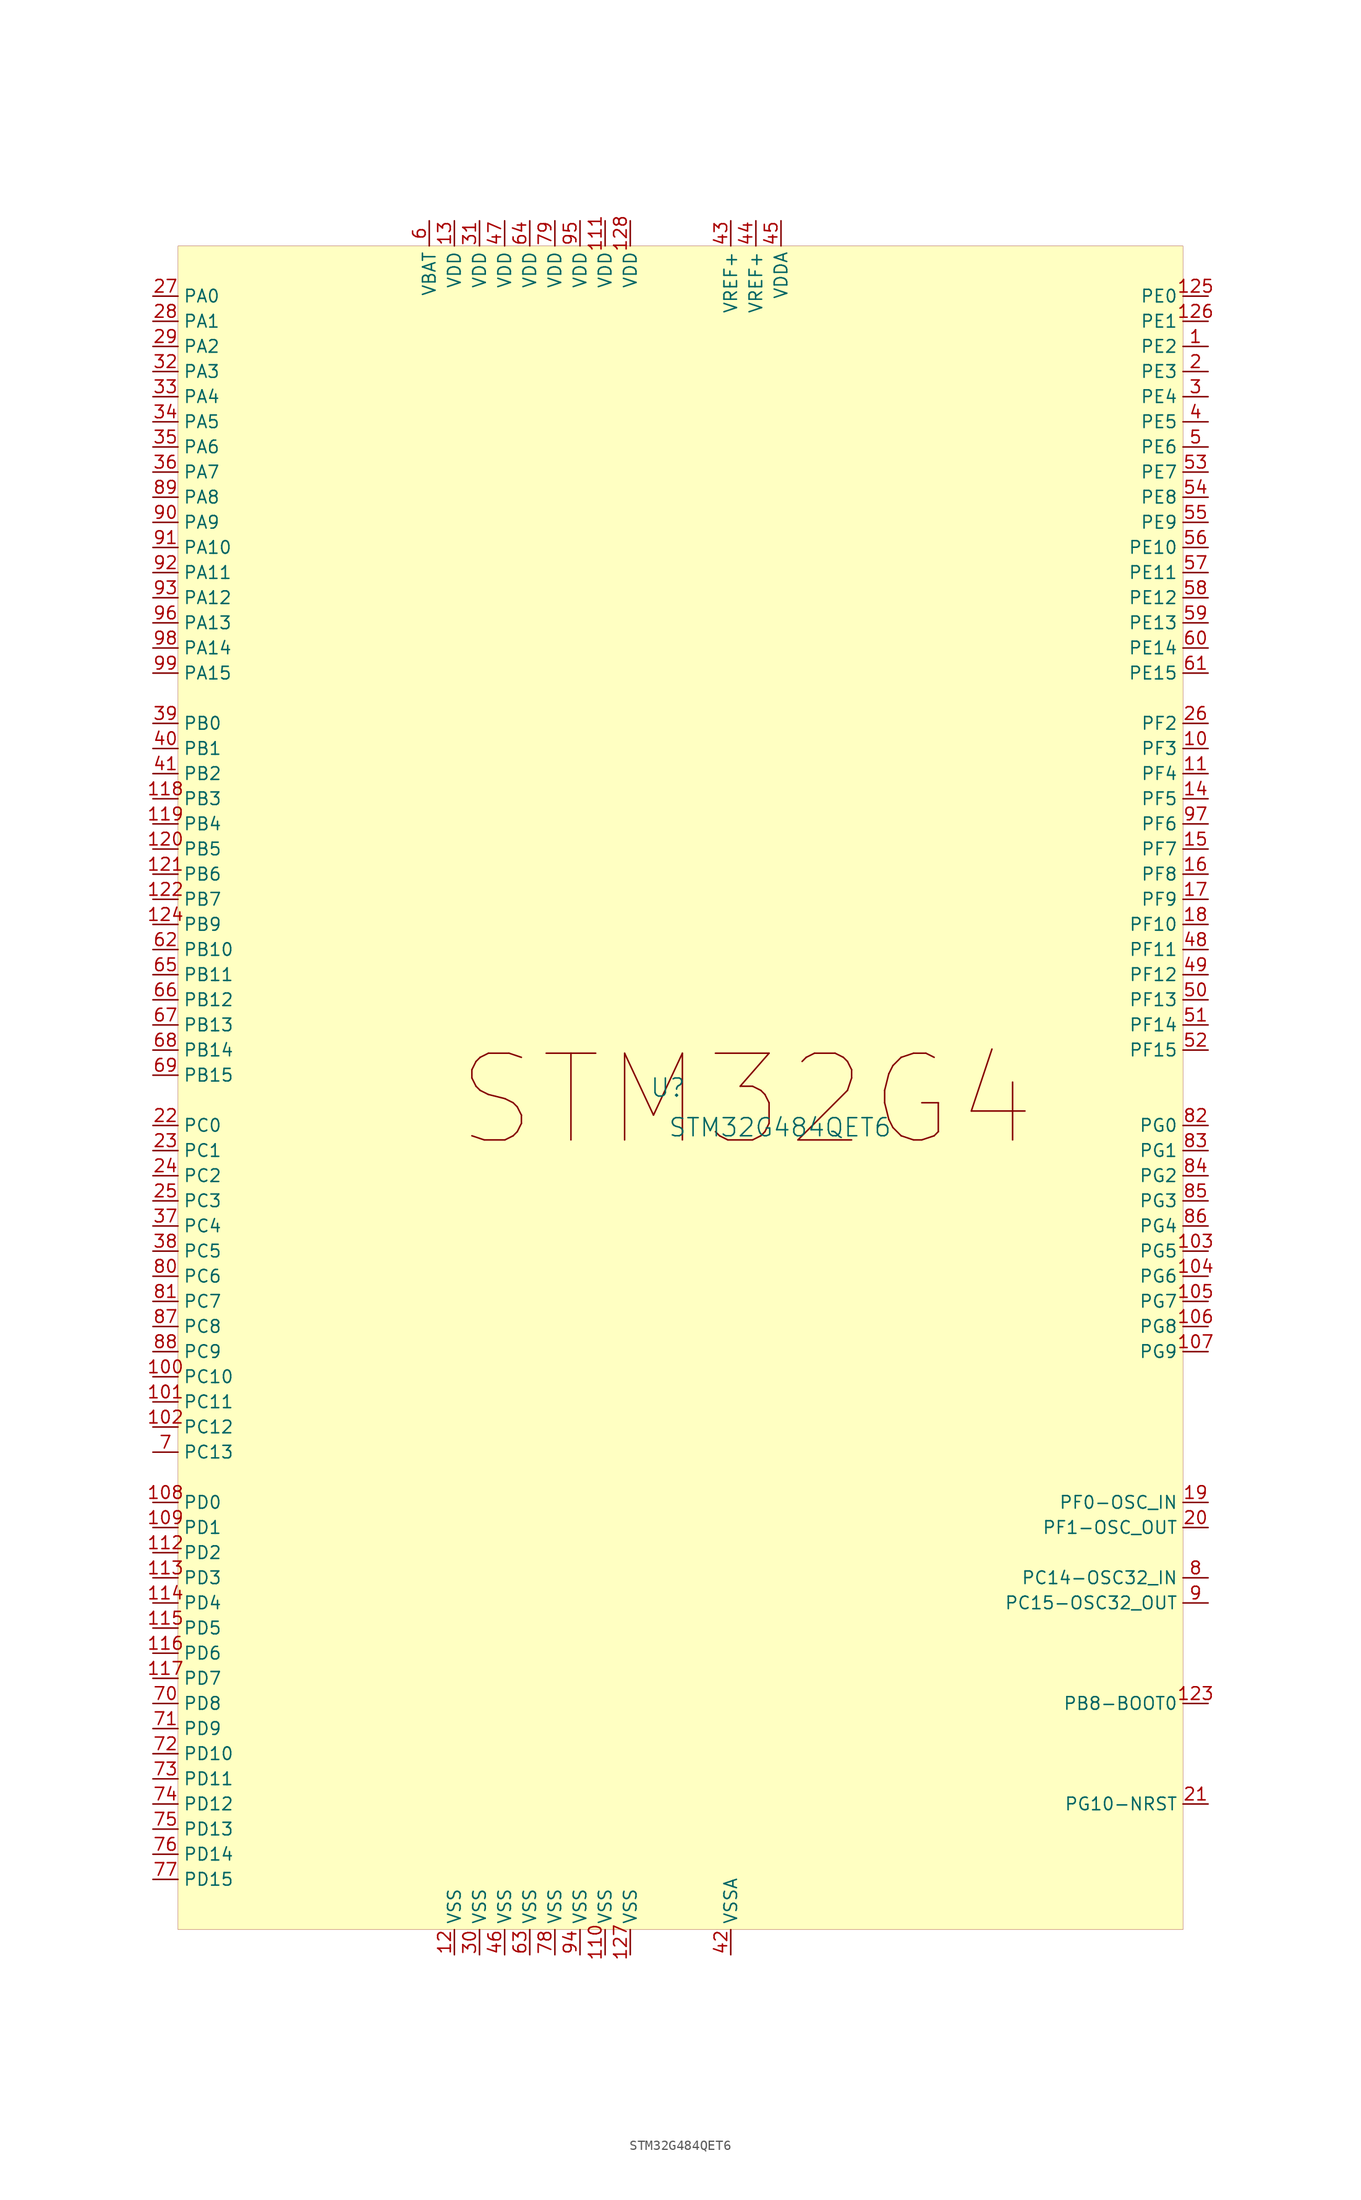
<source format=kicad_sym>
(kicad_symbol_lib
  (version 20231120)
  (generator "kicad_symbol_editor")
  (generator_version "8.0")
  (symbol "STM32G484QET6"
    (property "Reference" "U"
      (at -1.27 1.27 0)
      (effects (font (size 1.829 1.829))))
    (property "Value" "STM32G484QET6"
      (at -1.27 -3.81 0)
      (effects (font (size 1.829 1.829)) (justify left bottom)))
    (symbol "STM32G484QET6_1_0"
      (rectangle (start 50.8 86.36) (end -50.8 -83.82) (stroke (width 0.025) (type solid) (color 128 0 0 1)) (fill (type background)))
      (text "STM32G4" (at -22.86 -5.08 0) (effects (font (size 8.763 8.763)) (justify left bottom)))
      (pin passive line (at 53.34 76.2 180) (length 2.54) (name "PE2" (effects (font (size 1.27 1.27)))) (number "1" (effects (font (size 1.27 1.27)))))
      (pin passive line (at 53.34 35.56 180) (length 2.54) (name "PF3" (effects (font (size 1.27 1.27)))) (number "10" (effects (font (size 1.27 1.27)))))
      (pin passive line (at -53.34 -27.94 0) (length 2.54) (name "PC10" (effects (font (size 1.27 1.27)))) (number "100" (effects (font (size 1.27 1.27)))))
      (pin passive line (at -53.34 -30.48 0) (length 2.54) (name "PC11" (effects (font (size 1.27 1.27)))) (number "101" (effects (font (size 1.27 1.27)))))
      (pin passive line (at -53.34 -33.02 0) (length 2.54) (name "PC12" (effects (font (size 1.27 1.27)))) (number "102" (effects (font (size 1.27 1.27)))))
      (pin passive line (at 53.34 -15.24 180) (length 2.54) (name "PG5" (effects (font (size 1.27 1.27)))) (number "103" (effects (font (size 1.27 1.27)))))
      (pin passive line (at 53.34 -17.78 180) (length 2.54) (name "PG6" (effects (font (size 1.27 1.27)))) (number "104" (effects (font (size 1.27 1.27)))))
      (pin passive line (at 53.34 -20.32 180) (length 2.54) (name "PG7" (effects (font (size 1.27 1.27)))) (number "105" (effects (font (size 1.27 1.27)))))
      (pin passive line (at 53.34 -22.86 180) (length 2.54) (name "PG8" (effects (font (size 1.27 1.27)))) (number "106" (effects (font (size 1.27 1.27)))))
      (pin passive line (at 53.34 -25.4 180) (length 2.54) (name "PG9" (effects (font (size 1.27 1.27)))) (number "107" (effects (font (size 1.27 1.27)))))
      (pin passive line (at -53.34 -40.64 0) (length 2.54) (name "PD0" (effects (font (size 1.27 1.27)))) (number "108" (effects (font (size 1.27 1.27)))))
      (pin passive line (at -53.34 -43.18 0) (length 2.54) (name "PD1" (effects (font (size 1.27 1.27)))) (number "109" (effects (font (size 1.27 1.27)))))
      (pin passive line (at 53.34 33.02 180) (length 2.54) (name "PF4" (effects (font (size 1.27 1.27)))) (number "11" (effects (font (size 1.27 1.27)))))
      (pin passive line (at -7.62 -86.36 90) (length 2.54) (name "VSS" (effects (font (size 1.27 1.27)))) (number "110" (effects (font (size 1.27 1.27)))))
      (pin passive line (at -7.62 88.9 270) (length 2.54) (name "VDD" (effects (font (size 1.27 1.27)))) (number "111" (effects (font (size 1.27 1.27)))))
      (pin passive line (at -53.34 -45.72 0) (length 2.54) (name "PD2" (effects (font (size 1.27 1.27)))) (number "112" (effects (font (size 1.27 1.27)))))
      (pin passive line (at -53.34 -48.26 0) (length 2.54) (name "PD3" (effects (font (size 1.27 1.27)))) (number "113" (effects (font (size 1.27 1.27)))))
      (pin passive line (at -53.34 -50.8 0) (length 2.54) (name "PD4" (effects (font (size 1.27 1.27)))) (number "114" (effects (font (size 1.27 1.27)))))
      (pin passive line (at -53.34 -53.34 0) (length 2.54) (name "PD5" (effects (font (size 1.27 1.27)))) (number "115" (effects (font (size 1.27 1.27)))))
      (pin passive line (at -53.34 -55.88 0) (length 2.54) (name "PD6" (effects (font (size 1.27 1.27)))) (number "116" (effects (font (size 1.27 1.27)))))
      (pin passive line (at -53.34 -58.42 0) (length 2.54) (name "PD7" (effects (font (size 1.27 1.27)))) (number "117" (effects (font (size 1.27 1.27)))))
      (pin passive line (at -53.34 30.48 0) (length 2.54) (name "PB3" (effects (font (size 1.27 1.27)))) (number "118" (effects (font (size 1.27 1.27)))))
      (pin passive line (at -53.34 27.94 0) (length 2.54) (name "PB4" (effects (font (size 1.27 1.27)))) (number "119" (effects (font (size 1.27 1.27)))))
      (pin passive line (at -22.86 -86.36 90) (length 2.54) (name "VSS" (effects (font (size 1.27 1.27)))) (number "12" (effects (font (size 1.27 1.27)))))
      (pin passive line (at -53.34 25.4 0) (length 2.54) (name "PB5" (effects (font (size 1.27 1.27)))) (number "120" (effects (font (size 1.27 1.27)))))
      (pin passive line (at -53.34 22.86 0) (length 2.54) (name "PB6" (effects (font (size 1.27 1.27)))) (number "121" (effects (font (size 1.27 1.27)))))
      (pin passive line (at -53.34 20.32 0) (length 2.54) (name "PB7" (effects (font (size 1.27 1.27)))) (number "122" (effects (font (size 1.27 1.27)))))
      (pin passive line (at 53.34 -60.96 180) (length 2.54) (name "PB8-BOOT0" (effects (font (size 1.27 1.27)))) (number "123" (effects (font (size 1.27 1.27)))))
      (pin passive line (at -53.34 17.78 0) (length 2.54) (name "PB9" (effects (font (size 1.27 1.27)))) (number "124" (effects (font (size 1.27 1.27)))))
      (pin passive line (at 53.34 81.28 180) (length 2.54) (name "PE0" (effects (font (size 1.27 1.27)))) (number "125" (effects (font (size 1.27 1.27)))))
      (pin passive line (at 53.34 78.74 180) (length 2.54) (name "PE1" (effects (font (size 1.27 1.27)))) (number "126" (effects (font (size 1.27 1.27)))))
      (pin passive line (at -5.08 -86.36 90) (length 2.54) (name "VSS" (effects (font (size 1.27 1.27)))) (number "127" (effects (font (size 1.27 1.27)))))
      (pin passive line (at -5.08 88.9 270) (length 2.54) (name "VDD" (effects (font (size 1.27 1.27)))) (number "128" (effects (font (size 1.27 1.27)))))
      (pin passive line (at -22.86 88.9 270) (length 2.54) (name "VDD" (effects (font (size 1.27 1.27)))) (number "13" (effects (font (size 1.27 1.27)))))
      (pin passive line (at 53.34 30.48 180) (length 2.54) (name "PF5" (effects (font (size 1.27 1.27)))) (number "14" (effects (font (size 1.27 1.27)))))
      (pin passive line (at 53.34 25.4 180) (length 2.54) (name "PF7" (effects (font (size 1.27 1.27)))) (number "15" (effects (font (size 1.27 1.27)))))
      (pin passive line (at 53.34 22.86 180) (length 2.54) (name "PF8" (effects (font (size 1.27 1.27)))) (number "16" (effects (font (size 1.27 1.27)))))
      (pin passive line (at 53.34 20.32 180) (length 2.54) (name "PF9" (effects (font (size 1.27 1.27)))) (number "17" (effects (font (size 1.27 1.27)))))
      (pin passive line (at 53.34 17.78 180) (length 2.54) (name "PF10" (effects (font (size 1.27 1.27)))) (number "18" (effects (font (size 1.27 1.27)))))
      (pin passive line (at 53.34 -40.64 180) (length 2.54) (name "PF0-OSC_IN" (effects (font (size 1.27 1.27)))) (number "19" (effects (font (size 1.27 1.27)))))
      (pin passive line (at 53.34 73.66 180) (length 2.54) (name "PE3" (effects (font (size 1.27 1.27)))) (number "2" (effects (font (size 1.27 1.27)))))
      (pin passive line (at 53.34 -43.18 180) (length 2.54) (name "PF1-OSC_OUT" (effects (font (size 1.27 1.27)))) (number "20" (effects (font (size 1.27 1.27)))))
      (pin passive line (at 53.34 -71.12 180) (length 2.54) (name "PG10-NRST" (effects (font (size 1.27 1.27)))) (number "21" (effects (font (size 1.27 1.27)))))
      (pin passive line (at -53.34 -2.54 0) (length 2.54) (name "PC0" (effects (font (size 1.27 1.27)))) (number "22" (effects (font (size 1.27 1.27)))))
      (pin passive line (at -53.34 -5.08 0) (length 2.54) (name "PC1" (effects (font (size 1.27 1.27)))) (number "23" (effects (font (size 1.27 1.27)))))
      (pin passive line (at -53.34 -7.62 0) (length 2.54) (name "PC2" (effects (font (size 1.27 1.27)))) (number "24" (effects (font (size 1.27 1.27)))))
      (pin passive line (at -53.34 -10.16 0) (length 2.54) (name "PC3" (effects (font (size 1.27 1.27)))) (number "25" (effects (font (size 1.27 1.27)))))
      (pin passive line (at 53.34 38.1 180) (length 2.54) (name "PF2" (effects (font (size 1.27 1.27)))) (number "26" (effects (font (size 1.27 1.27)))))
      (pin passive line (at -53.34 81.28 0) (length 2.54) (name "PA0" (effects (font (size 1.27 1.27)))) (number "27" (effects (font (size 1.27 1.27)))))
      (pin passive line (at -53.34 78.74 0) (length 2.54) (name "PA1" (effects (font (size 1.27 1.27)))) (number "28" (effects (font (size 1.27 1.27)))))
      (pin passive line (at -53.34 76.2 0) (length 2.54) (name "PA2" (effects (font (size 1.27 1.27)))) (number "29" (effects (font (size 1.27 1.27)))))
      (pin passive line (at 53.34 71.12 180) (length 2.54) (name "PE4" (effects (font (size 1.27 1.27)))) (number "3" (effects (font (size 1.27 1.27)))))
      (pin passive line (at -20.32 -86.36 90) (length 2.54) (name "VSS" (effects (font (size 1.27 1.27)))) (number "30" (effects (font (size 1.27 1.27)))))
      (pin passive line (at -20.32 88.9 270) (length 2.54) (name "VDD" (effects (font (size 1.27 1.27)))) (number "31" (effects (font (size 1.27 1.27)))))
      (pin passive line (at -53.34 73.66 0) (length 2.54) (name "PA3" (effects (font (size 1.27 1.27)))) (number "32" (effects (font (size 1.27 1.27)))))
      (pin passive line (at -53.34 71.12 0) (length 2.54) (name "PA4" (effects (font (size 1.27 1.27)))) (number "33" (effects (font (size 1.27 1.27)))))
      (pin passive line (at -53.34 68.58 0) (length 2.54) (name "PA5" (effects (font (size 1.27 1.27)))) (number "34" (effects (font (size 1.27 1.27)))))
      (pin passive line (at -53.34 66.04 0) (length 2.54) (name "PA6" (effects (font (size 1.27 1.27)))) (number "35" (effects (font (size 1.27 1.27)))))
      (pin passive line (at -53.34 63.5 0) (length 2.54) (name "PA7" (effects (font (size 1.27 1.27)))) (number "36" (effects (font (size 1.27 1.27)))))
      (pin passive line (at -53.34 -12.7 0) (length 2.54) (name "PC4" (effects (font (size 1.27 1.27)))) (number "37" (effects (font (size 1.27 1.27)))))
      (pin passive line (at -53.34 -15.24 0) (length 2.54) (name "PC5" (effects (font (size 1.27 1.27)))) (number "38" (effects (font (size 1.27 1.27)))))
      (pin passive line (at -53.34 38.1 0) (length 2.54) (name "PB0" (effects (font (size 1.27 1.27)))) (number "39" (effects (font (size 1.27 1.27)))))
      (pin passive line (at 53.34 68.58 180) (length 2.54) (name "PE5" (effects (font (size 1.27 1.27)))) (number "4" (effects (font (size 1.27 1.27)))))
      (pin passive line (at -53.34 35.56 0) (length 2.54) (name "PB1" (effects (font (size 1.27 1.27)))) (number "40" (effects (font (size 1.27 1.27)))))
      (pin passive line (at -53.34 33.02 0) (length 2.54) (name "PB2" (effects (font (size 1.27 1.27)))) (number "41" (effects (font (size 1.27 1.27)))))
      (pin passive line (at 5.08 -86.36 90) (length 2.54) (name "VSSA" (effects (font (size 1.27 1.27)))) (number "42" (effects (font (size 1.27 1.27)))))
      (pin passive line (at 5.08 88.9 270) (length 2.54) (name "VREF+" (effects (font (size 1.27 1.27)))) (number "43" (effects (font (size 1.27 1.27)))))
      (pin passive line (at 7.62 88.9 270) (length 2.54) (name "VREF+" (effects (font (size 1.27 1.27)))) (number "44" (effects (font (size 1.27 1.27)))))
      (pin passive line (at 10.16 88.9 270) (length 2.54) (name "VDDA" (effects (font (size 1.27 1.27)))) (number "45" (effects (font (size 1.27 1.27)))))
      (pin passive line (at -17.78 -86.36 90) (length 2.54) (name "VSS" (effects (font (size 1.27 1.27)))) (number "46" (effects (font (size 1.27 1.27)))))
      (pin passive line (at -17.78 88.9 270) (length 2.54) (name "VDD" (effects (font (size 1.27 1.27)))) (number "47" (effects (font (size 1.27 1.27)))))
      (pin passive line (at 53.34 15.24 180) (length 2.54) (name "PF11" (effects (font (size 1.27 1.27)))) (number "48" (effects (font (size 1.27 1.27)))))
      (pin passive line (at 53.34 12.7 180) (length 2.54) (name "PF12" (effects (font (size 1.27 1.27)))) (number "49" (effects (font (size 1.27 1.27)))))
      (pin passive line (at 53.34 66.04 180) (length 2.54) (name "PE6" (effects (font (size 1.27 1.27)))) (number "5" (effects (font (size 1.27 1.27)))))
      (pin passive line (at 53.34 10.16 180) (length 2.54) (name "PF13" (effects (font (size 1.27 1.27)))) (number "50" (effects (font (size 1.27 1.27)))))
      (pin passive line (at 53.34 7.62 180) (length 2.54) (name "PF14" (effects (font (size 1.27 1.27)))) (number "51" (effects (font (size 1.27 1.27)))))
      (pin passive line (at 53.34 5.08 180) (length 2.54) (name "PF15" (effects (font (size 1.27 1.27)))) (number "52" (effects (font (size 1.27 1.27)))))
      (pin passive line (at 53.34 63.5 180) (length 2.54) (name "PE7" (effects (font (size 1.27 1.27)))) (number "53" (effects (font (size 1.27 1.27)))))
      (pin passive line (at 53.34 60.96 180) (length 2.54) (name "PE8" (effects (font (size 1.27 1.27)))) (number "54" (effects (font (size 1.27 1.27)))))
      (pin passive line (at 53.34 58.42 180) (length 2.54) (name "PE9" (effects (font (size 1.27 1.27)))) (number "55" (effects (font (size 1.27 1.27)))))
      (pin passive line (at 53.34 55.88 180) (length 2.54) (name "PE10" (effects (font (size 1.27 1.27)))) (number "56" (effects (font (size 1.27 1.27)))))
      (pin passive line (at 53.34 53.34 180) (length 2.54) (name "PE11" (effects (font (size 1.27 1.27)))) (number "57" (effects (font (size 1.27 1.27)))))
      (pin passive line (at 53.34 50.8 180) (length 2.54) (name "PE12" (effects (font (size 1.27 1.27)))) (number "58" (effects (font (size 1.27 1.27)))))
      (pin passive line (at 53.34 48.26 180) (length 2.54) (name "PE13" (effects (font (size 1.27 1.27)))) (number "59" (effects (font (size 1.27 1.27)))))
      (pin passive line (at -25.4 88.9 270) (length 2.54) (name "VBAT" (effects (font (size 1.27 1.27)))) (number "6" (effects (font (size 1.27 1.27)))))
      (pin passive line (at 53.34 45.72 180) (length 2.54) (name "PE14" (effects (font (size 1.27 1.27)))) (number "60" (effects (font (size 1.27 1.27)))))
      (pin passive line (at 53.34 43.18 180) (length 2.54) (name "PE15" (effects (font (size 1.27 1.27)))) (number "61" (effects (font (size 1.27 1.27)))))
      (pin passive line (at -53.34 15.24 0) (length 2.54) (name "PB10" (effects (font (size 1.27 1.27)))) (number "62" (effects (font (size 1.27 1.27)))))
      (pin passive line (at -15.24 -86.36 90) (length 2.54) (name "VSS" (effects (font (size 1.27 1.27)))) (number "63" (effects (font (size 1.27 1.27)))))
      (pin passive line (at -15.24 88.9 270) (length 2.54) (name "VDD" (effects (font (size 1.27 1.27)))) (number "64" (effects (font (size 1.27 1.27)))))
      (pin passive line (at -53.34 12.7 0) (length 2.54) (name "PB11" (effects (font (size 1.27 1.27)))) (number "65" (effects (font (size 1.27 1.27)))))
      (pin passive line (at -53.34 10.16 0) (length 2.54) (name "PB12" (effects (font (size 1.27 1.27)))) (number "66" (effects (font (size 1.27 1.27)))))
      (pin passive line (at -53.34 7.62 0) (length 2.54) (name "PB13" (effects (font (size 1.27 1.27)))) (number "67" (effects (font (size 1.27 1.27)))))
      (pin passive line (at -53.34 5.08 0) (length 2.54) (name "PB14" (effects (font (size 1.27 1.27)))) (number "68" (effects (font (size 1.27 1.27)))))
      (pin passive line (at -53.34 2.54 0) (length 2.54) (name "PB15" (effects (font (size 1.27 1.27)))) (number "69" (effects (font (size 1.27 1.27)))))
      (pin passive line (at -53.34 -35.56 0) (length 2.54) (name "PC13" (effects (font (size 1.27 1.27)))) (number "7" (effects (font (size 1.27 1.27)))))
      (pin passive line (at -53.34 -60.96 0) (length 2.54) (name "PD8" (effects (font (size 1.27 1.27)))) (number "70" (effects (font (size 1.27 1.27)))))
      (pin passive line (at -53.34 -63.5 0) (length 2.54) (name "PD9" (effects (font (size 1.27 1.27)))) (number "71" (effects (font (size 1.27 1.27)))))
      (pin passive line (at -53.34 -66.04 0) (length 2.54) (name "PD10" (effects (font (size 1.27 1.27)))) (number "72" (effects (font (size 1.27 1.27)))))
      (pin passive line (at -53.34 -68.58 0) (length 2.54) (name "PD11" (effects (font (size 1.27 1.27)))) (number "73" (effects (font (size 1.27 1.27)))))
      (pin passive line (at -53.34 -71.12 0) (length 2.54) (name "PD12" (effects (font (size 1.27 1.27)))) (number "74" (effects (font (size 1.27 1.27)))))
      (pin passive line (at -53.34 -73.66 0) (length 2.54) (name "PD13" (effects (font (size 1.27 1.27)))) (number "75" (effects (font (size 1.27 1.27)))))
      (pin passive line (at -53.34 -76.2 0) (length 2.54) (name "PD14" (effects (font (size 1.27 1.27)))) (number "76" (effects (font (size 1.27 1.27)))))
      (pin passive line (at -53.34 -78.74 0) (length 2.54) (name "PD15" (effects (font (size 1.27 1.27)))) (number "77" (effects (font (size 1.27 1.27)))))
      (pin passive line (at -12.7 -86.36 90) (length 2.54) (name "VSS" (effects (font (size 1.27 1.27)))) (number "78" (effects (font (size 1.27 1.27)))))
      (pin passive line (at -12.7 88.9 270) (length 2.54) (name "VDD" (effects (font (size 1.27 1.27)))) (number "79" (effects (font (size 1.27 1.27)))))
      (pin passive line (at 53.34 -48.26 180) (length 2.54) (name "PC14-OSC32_IN" (effects (font (size 1.27 1.27)))) (number "8" (effects (font (size 1.27 1.27)))))
      (pin passive line (at -53.34 -17.78 0) (length 2.54) (name "PC6" (effects (font (size 1.27 1.27)))) (number "80" (effects (font (size 1.27 1.27)))))
      (pin passive line (at -53.34 -20.32 0) (length 2.54) (name "PC7" (effects (font (size 1.27 1.27)))) (number "81" (effects (font (size 1.27 1.27)))))
      (pin passive line (at 53.34 -2.54 180) (length 2.54) (name "PG0" (effects (font (size 1.27 1.27)))) (number "82" (effects (font (size 1.27 1.27)))))
      (pin passive line (at 53.34 -5.08 180) (length 2.54) (name "PG1" (effects (font (size 1.27 1.27)))) (number "83" (effects (font (size 1.27 1.27)))))
      (pin passive line (at 53.34 -7.62 180) (length 2.54) (name "PG2" (effects (font (size 1.27 1.27)))) (number "84" (effects (font (size 1.27 1.27)))))
      (pin passive line (at 53.34 -10.16 180) (length 2.54) (name "PG3" (effects (font (size 1.27 1.27)))) (number "85" (effects (font (size 1.27 1.27)))))
      (pin passive line (at 53.34 -12.7 180) (length 2.54) (name "PG4" (effects (font (size 1.27 1.27)))) (number "86" (effects (font (size 1.27 1.27)))))
      (pin passive line (at -53.34 -22.86 0) (length 2.54) (name "PC8" (effects (font (size 1.27 1.27)))) (number "87" (effects (font (size 1.27 1.27)))))
      (pin passive line (at -53.34 -25.4 0) (length 2.54) (name "PC9" (effects (font (size 1.27 1.27)))) (number "88" (effects (font (size 1.27 1.27)))))
      (pin passive line (at -53.34 60.96 0) (length 2.54) (name "PA8" (effects (font (size 1.27 1.27)))) (number "89" (effects (font (size 1.27 1.27)))))
      (pin passive line (at 53.34 -50.8 180) (length 2.54) (name "PC15-OSC32_OUT" (effects (font (size 1.27 1.27)))) (number "9" (effects (font (size 1.27 1.27)))))
      (pin passive line (at -53.34 58.42 0) (length 2.54) (name "PA9" (effects (font (size 1.27 1.27)))) (number "90" (effects (font (size 1.27 1.27)))))
      (pin passive line (at -53.34 55.88 0) (length 2.54) (name "PA10" (effects (font (size 1.27 1.27)))) (number "91" (effects (font (size 1.27 1.27)))))
      (pin passive line (at -53.34 53.34 0) (length 2.54) (name "PA11" (effects (font (size 1.27 1.27)))) (number "92" (effects (font (size 1.27 1.27)))))
      (pin passive line (at -53.34 50.8 0) (length 2.54) (name "PA12" (effects (font (size 1.27 1.27)))) (number "93" (effects (font (size 1.27 1.27)))))
      (pin passive line (at -10.16 -86.36 90) (length 2.54) (name "VSS" (effects (font (size 1.27 1.27)))) (number "94" (effects (font (size 1.27 1.27)))))
      (pin passive line (at -10.16 88.9 270) (length 2.54) (name "VDD" (effects (font (size 1.27 1.27)))) (number "95" (effects (font (size 1.27 1.27)))))
      (pin passive line (at -53.34 48.26 0) (length 2.54) (name "PA13" (effects (font (size 1.27 1.27)))) (number "96" (effects (font (size 1.27 1.27)))))
      (pin passive line (at 53.34 27.94 180) (length 2.54) (name "PF6" (effects (font (size 1.27 1.27)))) (number "97" (effects (font (size 1.27 1.27)))))
      (pin passive line (at -53.34 45.72 0) (length 2.54) (name "PA14" (effects (font (size 1.27 1.27)))) (number "98" (effects (font (size 1.27 1.27)))))
      (pin passive line (at -53.34 43.18 0) (length 2.54) (name "PA15" (effects (font (size 1.27 1.27)))) (number "99" (effects (font (size 1.27 1.27))))))))
</source>
